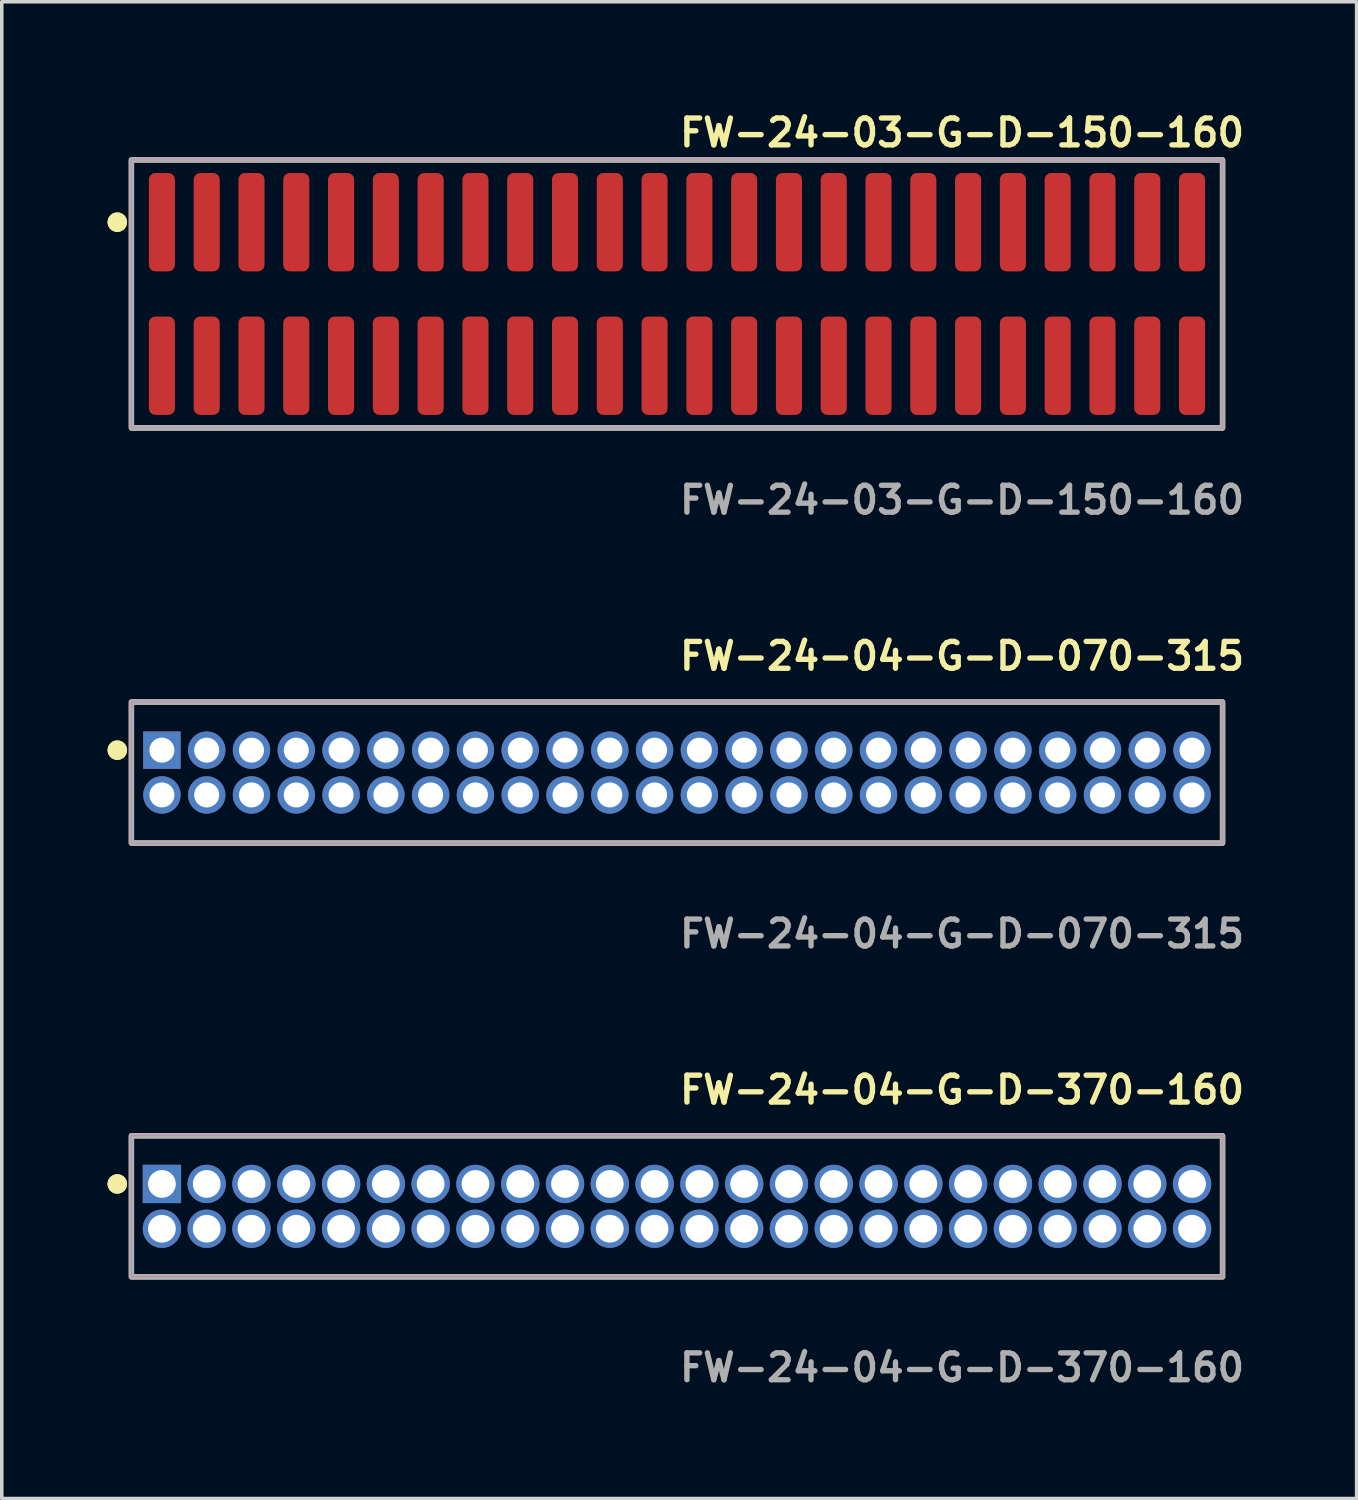
<source format=kicad_pcb>
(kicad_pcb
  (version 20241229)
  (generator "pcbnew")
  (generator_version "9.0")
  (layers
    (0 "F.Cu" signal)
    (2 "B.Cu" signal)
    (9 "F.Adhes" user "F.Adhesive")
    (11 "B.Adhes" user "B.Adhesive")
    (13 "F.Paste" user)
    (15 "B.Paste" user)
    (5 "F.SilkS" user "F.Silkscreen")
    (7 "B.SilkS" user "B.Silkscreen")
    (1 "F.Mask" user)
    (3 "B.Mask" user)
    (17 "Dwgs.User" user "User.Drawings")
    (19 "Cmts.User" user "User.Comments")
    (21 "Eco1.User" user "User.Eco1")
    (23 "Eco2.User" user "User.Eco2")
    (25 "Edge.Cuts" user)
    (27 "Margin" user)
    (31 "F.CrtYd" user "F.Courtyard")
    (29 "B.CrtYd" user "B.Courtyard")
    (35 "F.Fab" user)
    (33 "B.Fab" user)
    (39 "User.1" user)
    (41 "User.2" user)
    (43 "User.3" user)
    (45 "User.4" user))
  (footprint "FW-24-04-G-D-070-315"
    (layer "F.Cu")
    (at 16.146 18.856)
    (property "Reference" "FW-24-04-G-D-070-315" (at 0 -3.302 0) (unlocked yes) (layer "F.SilkS") (effects (font (size 0.762 0.762) (thickness 0.152)) (justify left)))
    (fp_rect (start -15.47 2) (end 15.47 -2) (stroke (width 0.152) (type solid)) (fill no) (layer "F.SilkS"))
    (fp_circle (center -15.87 -0.635) (end -16.07 -0.635) (stroke (width 0.152) (type solid)) (fill yes) (layer "F.SilkS"))
    (fp_circle (center -15.87 -0.635) (end -16.07 -0.635) (stroke (width 0.152) (type solid)) (fill yes) (layer "F.SilkS"))
    (fp_rect (start -15.47 2) (end 15.47 -2) (stroke (width 0.006) (type solid)) (fill no) (layer "F.CrtYd"))
    (fp_rect (start -15.47 2) (end 15.47 -2) (stroke (width 0.152) (type solid)) (fill no) (layer "F.Fab"))
    (fp_text user "${REFERENCE}" (at 0 4.572 0) (unlocked yes) (layer "F.Fab") (effects (font (size 0.762 0.762) (thickness 0.152)) (justify left)))
    (pad "1" thru_hole rect (at -14.605 -0.635) (size 1.06 1.06) (drill 0.71) (layers "*.Cu" "*.Mask"))
    (pad "2" thru_hole circle (at -14.605 0.635) (size 1.06 1.06) (drill 0.71) (layers "*.Cu" "*.Mask"))
    (pad "3" thru_hole circle (at -13.335 -0.635) (size 1.06 1.06) (drill 0.71) (layers "*.Cu" "*.Mask"))
    (pad "4" thru_hole circle (at -13.335 0.635) (size 1.06 1.06) (drill 0.71) (layers "*.Cu" "*.Mask"))
    (pad "5" thru_hole circle (at -12.065 -0.635) (size 1.06 1.06) (drill 0.71) (layers "*.Cu" "*.Mask"))
    (pad "6" thru_hole circle (at -12.065 0.635) (size 1.06 1.06) (drill 0.71) (layers "*.Cu" "*.Mask"))
    (pad "7" thru_hole circle (at -10.795 -0.635) (size 1.06 1.06) (drill 0.71) (layers "*.Cu" "*.Mask"))
    (pad "8" thru_hole circle (at -10.795 0.635) (size 1.06 1.06) (drill 0.71) (layers "*.Cu" "*.Mask"))
    (pad "9" thru_hole circle (at -9.525 -0.635) (size 1.06 1.06) (drill 0.71) (layers "*.Cu" "*.Mask"))
    (pad "10" thru_hole circle (at -9.525 0.635) (size 1.06 1.06) (drill 0.71) (layers "*.Cu" "*.Mask"))
    (pad "11" thru_hole circle (at -8.255 -0.635) (size 1.06 1.06) (drill 0.71) (layers "*.Cu" "*.Mask"))
    (pad "12" thru_hole circle (at -8.255 0.635) (size 1.06 1.06) (drill 0.71) (layers "*.Cu" "*.Mask"))
    (pad "13" thru_hole circle (at -6.985 -0.635) (size 1.06 1.06) (drill 0.71) (layers "*.Cu" "*.Mask"))
    (pad "14" thru_hole circle (at -6.985 0.635) (size 1.06 1.06) (drill 0.71) (layers "*.Cu" "*.Mask"))
    (pad "15" thru_hole circle (at -5.715 -0.635) (size 1.06 1.06) (drill 0.71) (layers "*.Cu" "*.Mask"))
    (pad "16" thru_hole circle (at -5.715 0.635) (size 1.06 1.06) (drill 0.71) (layers "*.Cu" "*.Mask"))
    (pad "17" thru_hole circle (at -4.445 -0.635) (size 1.06 1.06) (drill 0.71) (layers "*.Cu" "*.Mask"))
    (pad "18" thru_hole circle (at -4.445 0.635) (size 1.06 1.06) (drill 0.71) (layers "*.Cu" "*.Mask"))
    (pad "19" thru_hole circle (at -3.175 -0.635) (size 1.06 1.06) (drill 0.71) (layers "*.Cu" "*.Mask"))
    (pad "20" thru_hole circle (at -3.175 0.635) (size 1.06 1.06) (drill 0.71) (layers "*.Cu" "*.Mask"))
    (pad "21" thru_hole circle (at -1.905 -0.635) (size 1.06 1.06) (drill 0.71) (layers "*.Cu" "*.Mask"))
    (pad "22" thru_hole circle (at -1.905 0.635) (size 1.06 1.06) (drill 0.71) (layers "*.Cu" "*.Mask"))
    (pad "23" thru_hole circle (at -0.635 -0.635) (size 1.06 1.06) (drill 0.71) (layers "*.Cu" "*.Mask"))
    (pad "24" thru_hole circle (at -0.635 0.635) (size 1.06 1.06) (drill 0.71) (layers "*.Cu" "*.Mask"))
    (pad "25" thru_hole circle (at 0.635 -0.635) (size 1.06 1.06) (drill 0.71) (layers "*.Cu" "*.Mask"))
    (pad "26" thru_hole circle (at 0.635 0.635) (size 1.06 1.06) (drill 0.71) (layers "*.Cu" "*.Mask"))
    (pad "27" thru_hole circle (at 1.905 -0.635) (size 1.06 1.06) (drill 0.71) (layers "*.Cu" "*.Mask"))
    (pad "28" thru_hole circle (at 1.905 0.635) (size 1.06 1.06) (drill 0.71) (layers "*.Cu" "*.Mask"))
    (pad "29" thru_hole circle (at 3.175 -0.635) (size 1.06 1.06) (drill 0.71) (layers "*.Cu" "*.Mask"))
    (pad "30" thru_hole circle (at 3.175 0.635) (size 1.06 1.06) (drill 0.71) (layers "*.Cu" "*.Mask"))
    (pad "31" thru_hole circle (at 4.445 -0.635) (size 1.06 1.06) (drill 0.71) (layers "*.Cu" "*.Mask"))
    (pad "32" thru_hole circle (at 4.445 0.635) (size 1.06 1.06) (drill 0.71) (layers "*.Cu" "*.Mask"))
    (pad "33" thru_hole circle (at 5.715 -0.635) (size 1.06 1.06) (drill 0.71) (layers "*.Cu" "*.Mask"))
    (pad "34" thru_hole circle (at 5.715 0.635) (size 1.06 1.06) (drill 0.71) (layers "*.Cu" "*.Mask"))
    (pad "35" thru_hole circle (at 6.985 -0.635) (size 1.06 1.06) (drill 0.71) (layers "*.Cu" "*.Mask"))
    (pad "36" thru_hole circle (at 6.985 0.635) (size 1.06 1.06) (drill 0.71) (layers "*.Cu" "*.Mask"))
    (pad "37" thru_hole circle (at 8.255 -0.635) (size 1.06 1.06) (drill 0.71) (layers "*.Cu" "*.Mask"))
    (pad "38" thru_hole circle (at 8.255 0.635) (size 1.06 1.06) (drill 0.71) (layers "*.Cu" "*.Mask"))
    (pad "39" thru_hole circle (at 9.525 -0.635) (size 1.06 1.06) (drill 0.71) (layers "*.Cu" "*.Mask"))
    (pad "40" thru_hole circle (at 9.525 0.635) (size 1.06 1.06) (drill 0.71) (layers "*.Cu" "*.Mask"))
    (pad "41" thru_hole circle (at 10.795 -0.635) (size 1.06 1.06) (drill 0.71) (layers "*.Cu" "*.Mask"))
    (pad "42" thru_hole circle (at 10.795 0.635) (size 1.06 1.06) (drill 0.71) (layers "*.Cu" "*.Mask"))
    (pad "43" thru_hole circle (at 12.065 -0.635) (size 1.06 1.06) (drill 0.71) (layers "*.Cu" "*.Mask"))
    (pad "44" thru_hole circle (at 12.065 0.635) (size 1.06 1.06) (drill 0.71) (layers "*.Cu" "*.Mask"))
    (pad "45" thru_hole circle (at 13.335 -0.635) (size 1.06 1.06) (drill 0.71) (layers "*.Cu" "*.Mask"))
    (pad "46" thru_hole circle (at 13.335 0.635) (size 1.06 1.06) (drill 0.71) (layers "*.Cu" "*.Mask"))
    (pad "47" thru_hole circle (at 14.605 -0.635) (size 1.06 1.06) (drill 0.71) (layers "*.Cu" "*.Mask"))
    (pad "48" thru_hole circle (at 14.605 0.635) (size 1.06 1.06) (drill 0.71) (layers "*.Cu" "*.Mask")))
  (footprint "FW-24-03-G-D-150-160"
    (layer "F.Cu")
    (at 16.146 5.285)
    (property "Reference" "FW-24-03-G-D-150-160" (at 0 -4.572 0) (unlocked yes) (layer "F.SilkS") (effects (font (size 0.762 0.762) (thickness 0.152)) (justify left)))
    (fp_rect (start -15.47 3.8) (end 15.47 -3.8) (stroke (width 0.152) (type solid)) (fill no) (layer "F.SilkS"))
    (fp_circle (center -15.87 -2.035) (end -16.07 -2.035) (stroke (width 0.152) (type solid)) (fill yes) (layer "F.SilkS"))
    (fp_circle (center -15.87 -2.035) (end -16.07 -2.035) (stroke (width 0.152) (type solid)) (fill yes) (layer "F.SilkS"))
    (fp_rect (start -15.47 3.8) (end 15.47 -3.8) (stroke (width 0.006) (type solid)) (fill no) (layer "F.CrtYd"))
    (fp_rect (start -15.47 3.8) (end 15.47 -3.8) (stroke (width 0.152) (type solid)) (fill no) (layer "F.Fab"))
    (fp_text user "${REFERENCE}" (at 0 5.842 0) (unlocked yes) (layer "F.Fab") (effects (font (size 0.762 0.762) (thickness 0.152)) (justify left)))
    (pad "1" smd roundrect (at -14.605 -2.035) (size 0.74 2.79) (layers "F.Cu" "F.Paste") (roundrect_rratio 0.25))
    (pad "2" smd roundrect (at -14.605 2.035) (size 0.74 2.79) (layers "F.Cu" "F.Paste") (roundrect_rratio 0.25))
    (pad "3" smd roundrect (at -13.335 -2.035) (size 0.74 2.79) (layers "F.Cu" "F.Paste") (roundrect_rratio 0.25))
    (pad "4" smd roundrect (at -13.335 2.035) (size 0.74 2.79) (layers "F.Cu" "F.Paste") (roundrect_rratio 0.25))
    (pad "5" smd roundrect (at -12.065 -2.035) (size 0.74 2.79) (layers "F.Cu" "F.Paste") (roundrect_rratio 0.25))
    (pad "6" smd roundrect (at -12.065 2.035) (size 0.74 2.79) (layers "F.Cu" "F.Paste") (roundrect_rratio 0.25))
    (pad "7" smd roundrect (at -10.795 -2.035) (size 0.74 2.79) (layers "F.Cu" "F.Paste") (roundrect_rratio 0.25))
    (pad "8" smd roundrect (at -10.795 2.035) (size 0.74 2.79) (layers "F.Cu" "F.Paste") (roundrect_rratio 0.25))
    (pad "9" smd roundrect (at -9.525 -2.035) (size 0.74 2.79) (layers "F.Cu" "F.Paste") (roundrect_rratio 0.25))
    (pad "10" smd roundrect (at -9.525 2.035) (size 0.74 2.79) (layers "F.Cu" "F.Paste") (roundrect_rratio 0.25))
    (pad "11" smd roundrect (at -8.255 -2.035) (size 0.74 2.79) (layers "F.Cu" "F.Paste") (roundrect_rratio 0.25))
    (pad "12" smd roundrect (at -8.255 2.035) (size 0.74 2.79) (layers "F.Cu" "F.Paste") (roundrect_rratio 0.25))
    (pad "13" smd roundrect (at -6.985 -2.035) (size 0.74 2.79) (layers "F.Cu" "F.Paste") (roundrect_rratio 0.25))
    (pad "14" smd roundrect (at -6.985 2.035) (size 0.74 2.79) (layers "F.Cu" "F.Paste") (roundrect_rratio 0.25))
    (pad "15" smd roundrect (at -5.715 -2.035) (size 0.74 2.79) (layers "F.Cu" "F.Paste") (roundrect_rratio 0.25))
    (pad "16" smd roundrect (at -5.715 2.035) (size 0.74 2.79) (layers "F.Cu" "F.Paste") (roundrect_rratio 0.25))
    (pad "17" smd roundrect (at -4.445 -2.035) (size 0.74 2.79) (layers "F.Cu" "F.Paste") (roundrect_rratio 0.25))
    (pad "18" smd roundrect (at -4.445 2.035) (size 0.74 2.79) (layers "F.Cu" "F.Paste") (roundrect_rratio 0.25))
    (pad "19" smd roundrect (at -3.175 -2.035) (size 0.74 2.79) (layers "F.Cu" "F.Paste") (roundrect_rratio 0.25))
    (pad "20" smd roundrect (at -3.175 2.035) (size 0.74 2.79) (layers "F.Cu" "F.Paste") (roundrect_rratio 0.25))
    (pad "21" smd roundrect (at -1.905 -2.035) (size 0.74 2.79) (layers "F.Cu" "F.Paste") (roundrect_rratio 0.25))
    (pad "22" smd roundrect (at -1.905 2.035) (size 0.74 2.79) (layers "F.Cu" "F.Paste") (roundrect_rratio 0.25))
    (pad "23" smd roundrect (at -0.635 -2.035) (size 0.74 2.79) (layers "F.Cu" "F.Paste") (roundrect_rratio 0.25))
    (pad "24" smd roundrect (at -0.635 2.035) (size 0.74 2.79) (layers "F.Cu" "F.Paste") (roundrect_rratio 0.25))
    (pad "25" smd roundrect (at 0.635 -2.035) (size 0.74 2.79) (layers "F.Cu" "F.Paste") (roundrect_rratio 0.25))
    (pad "26" smd roundrect (at 0.635 2.035) (size 0.74 2.79) (layers "F.Cu" "F.Paste") (roundrect_rratio 0.25))
    (pad "27" smd roundrect (at 1.905 -2.035) (size 0.74 2.79) (layers "F.Cu" "F.Paste") (roundrect_rratio 0.25))
    (pad "28" smd roundrect (at 1.905 2.035) (size 0.74 2.79) (layers "F.Cu" "F.Paste") (roundrect_rratio 0.25))
    (pad "29" smd roundrect (at 3.175 -2.035) (size 0.74 2.79) (layers "F.Cu" "F.Paste") (roundrect_rratio 0.25))
    (pad "30" smd roundrect (at 3.175 2.035) (size 0.74 2.79) (layers "F.Cu" "F.Paste") (roundrect_rratio 0.25))
    (pad "31" smd roundrect (at 4.445 -2.035) (size 0.74 2.79) (layers "F.Cu" "F.Paste") (roundrect_rratio 0.25))
    (pad "32" smd roundrect (at 4.445 2.035) (size 0.74 2.79) (layers "F.Cu" "F.Paste") (roundrect_rratio 0.25))
    (pad "33" smd roundrect (at 5.715 -2.035) (size 0.74 2.79) (layers "F.Cu" "F.Paste") (roundrect_rratio 0.25))
    (pad "34" smd roundrect (at 5.715 2.035) (size 0.74 2.79) (layers "F.Cu" "F.Paste") (roundrect_rratio 0.25))
    (pad "35" smd roundrect (at 6.985 -2.035) (size 0.74 2.79) (layers "F.Cu" "F.Paste") (roundrect_rratio 0.25))
    (pad "36" smd roundrect (at 6.985 2.035) (size 0.74 2.79) (layers "F.Cu" "F.Paste") (roundrect_rratio 0.25))
    (pad "37" smd roundrect (at 8.255 -2.035) (size 0.74 2.79) (layers "F.Cu" "F.Paste") (roundrect_rratio 0.25))
    (pad "38" smd roundrect (at 8.255 2.035) (size 0.74 2.79) (layers "F.Cu" "F.Paste") (roundrect_rratio 0.25))
    (pad "39" smd roundrect (at 9.525 -2.035) (size 0.74 2.79) (layers "F.Cu" "F.Paste") (roundrect_rratio 0.25))
    (pad "40" smd roundrect (at 9.525 2.035) (size 0.74 2.79) (layers "F.Cu" "F.Paste") (roundrect_rratio 0.25))
    (pad "41" smd roundrect (at 10.795 -2.035) (size 0.74 2.79) (layers "F.Cu" "F.Paste") (roundrect_rratio 0.25))
    (pad "42" smd roundrect (at 10.795 2.035) (size 0.74 2.79) (layers "F.Cu" "F.Paste") (roundrect_rratio 0.25))
    (pad "43" smd roundrect (at 12.065 -2.035) (size 0.74 2.79) (layers "F.Cu" "F.Paste") (roundrect_rratio 0.25))
    (pad "44" smd roundrect (at 12.065 2.035) (size 0.74 2.79) (layers "F.Cu" "F.Paste") (roundrect_rratio 0.25))
    (pad "45" smd roundrect (at 13.335 -2.035) (size 0.74 2.79) (layers "F.Cu" "F.Paste") (roundrect_rratio 0.25))
    (pad "46" smd roundrect (at 13.335 2.035) (size 0.74 2.79) (layers "F.Cu" "F.Paste") (roundrect_rratio 0.25))
    (pad "47" smd roundrect (at 14.605 -2.035) (size 0.74 2.79) (layers "F.Cu" "F.Paste") (roundrect_rratio 0.25))
    (pad "48" smd roundrect (at 14.605 2.035) (size 0.74 2.79) (layers "F.Cu" "F.Paste") (roundrect_rratio 0.25)))
  (footprint "FW-24-04-G-D-370-160"
    (layer "F.Cu")
    (at 16.146 31.156)
    (property "Reference" "FW-24-04-G-D-370-160" (at 0 -3.302 0) (unlocked yes) (layer "F.SilkS") (effects (font (size 0.762 0.762) (thickness 0.152)) (justify left)))
    (fp_rect (start -15.47 2) (end 15.47 -2) (stroke (width 0.152) (type solid)) (fill no) (layer "F.SilkS"))
    (fp_circle (center -15.87 -0.635) (end -16.07 -0.635) (stroke (width 0.152) (type solid)) (fill yes) (layer "F.SilkS"))
    (fp_circle (center -15.87 -0.635) (end -16.07 -0.635) (stroke (width 0.152) (type solid)) (fill yes) (layer "F.SilkS"))
    (fp_rect (start -15.47 2) (end 15.47 -2) (stroke (width 0.006) (type solid)) (fill no) (layer "F.CrtYd"))
    (fp_rect (start -15.47 2) (end 15.47 -2) (stroke (width 0.152) (type solid)) (fill no) (layer "F.Fab"))
    (fp_text user "${REFERENCE}" (at 0 4.572 0) (unlocked yes) (layer "F.Fab") (effects (font (size 0.762 0.762) (thickness 0.152)) (justify left)))
    (pad "1" thru_hole rect (at -14.605 -0.635) (size 1.087 1.087) (drill 0.787) (layers "*.Cu" "*.Mask"))
    (pad "2" thru_hole circle (at -14.605 0.635) (size 1.087 1.087) (drill 0.787) (layers "*.Cu" "*.Mask"))
    (pad "3" thru_hole circle (at -13.335 -0.635) (size 1.087 1.087) (drill 0.787) (layers "*.Cu" "*.Mask"))
    (pad "4" thru_hole circle (at -13.335 0.635) (size 1.087 1.087) (drill 0.787) (layers "*.Cu" "*.Mask"))
    (pad "5" thru_hole circle (at -12.065 -0.635) (size 1.087 1.087) (drill 0.787) (layers "*.Cu" "*.Mask"))
    (pad "6" thru_hole circle (at -12.065 0.635) (size 1.087 1.087) (drill 0.787) (layers "*.Cu" "*.Mask"))
    (pad "7" thru_hole circle (at -10.795 -0.635) (size 1.087 1.087) (drill 0.787) (layers "*.Cu" "*.Mask"))
    (pad "8" thru_hole circle (at -10.795 0.635) (size 1.087 1.087) (drill 0.787) (layers "*.Cu" "*.Mask"))
    (pad "9" thru_hole circle (at -9.525 -0.635) (size 1.087 1.087) (drill 0.787) (layers "*.Cu" "*.Mask"))
    (pad "10" thru_hole circle (at -9.525 0.635) (size 1.087 1.087) (drill 0.787) (layers "*.Cu" "*.Mask"))
    (pad "11" thru_hole circle (at -8.255 -0.635) (size 1.087 1.087) (drill 0.787) (layers "*.Cu" "*.Mask"))
    (pad "12" thru_hole circle (at -8.255 0.635) (size 1.087 1.087) (drill 0.787) (layers "*.Cu" "*.Mask"))
    (pad "13" thru_hole circle (at -6.985 -0.635) (size 1.087 1.087) (drill 0.787) (layers "*.Cu" "*.Mask"))
    (pad "14" thru_hole circle (at -6.985 0.635) (size 1.087 1.087) (drill 0.787) (layers "*.Cu" "*.Mask"))
    (pad "15" thru_hole circle (at -5.715 -0.635) (size 1.087 1.087) (drill 0.787) (layers "*.Cu" "*.Mask"))
    (pad "16" thru_hole circle (at -5.715 0.635) (size 1.087 1.087) (drill 0.787) (layers "*.Cu" "*.Mask"))
    (pad "17" thru_hole circle (at -4.445 -0.635) (size 1.087 1.087) (drill 0.787) (layers "*.Cu" "*.Mask"))
    (pad "18" thru_hole circle (at -4.445 0.635) (size 1.087 1.087) (drill 0.787) (layers "*.Cu" "*.Mask"))
    (pad "19" thru_hole circle (at -3.175 -0.635) (size 1.087 1.087) (drill 0.787) (layers "*.Cu" "*.Mask"))
    (pad "20" thru_hole circle (at -3.175 0.635) (size 1.087 1.087) (drill 0.787) (layers "*.Cu" "*.Mask"))
    (pad "21" thru_hole circle (at -1.905 -0.635) (size 1.087 1.087) (drill 0.787) (layers "*.Cu" "*.Mask"))
    (pad "22" thru_hole circle (at -1.905 0.635) (size 1.087 1.087) (drill 0.787) (layers "*.Cu" "*.Mask"))
    (pad "23" thru_hole circle (at -0.635 -0.635) (size 1.087 1.087) (drill 0.787) (layers "*.Cu" "*.Mask"))
    (pad "24" thru_hole circle (at -0.635 0.635) (size 1.087 1.087) (drill 0.787) (layers "*.Cu" "*.Mask"))
    (pad "25" thru_hole circle (at 0.635 -0.635) (size 1.087 1.087) (drill 0.787) (layers "*.Cu" "*.Mask"))
    (pad "26" thru_hole circle (at 0.635 0.635) (size 1.087 1.087) (drill 0.787) (layers "*.Cu" "*.Mask"))
    (pad "27" thru_hole circle (at 1.905 -0.635) (size 1.087 1.087) (drill 0.787) (layers "*.Cu" "*.Mask"))
    (pad "28" thru_hole circle (at 1.905 0.635) (size 1.087 1.087) (drill 0.787) (layers "*.Cu" "*.Mask"))
    (pad "29" thru_hole circle (at 3.175 -0.635) (size 1.087 1.087) (drill 0.787) (layers "*.Cu" "*.Mask"))
    (pad "30" thru_hole circle (at 3.175 0.635) (size 1.087 1.087) (drill 0.787) (layers "*.Cu" "*.Mask"))
    (pad "31" thru_hole circle (at 4.445 -0.635) (size 1.087 1.087) (drill 0.787) (layers "*.Cu" "*.Mask"))
    (pad "32" thru_hole circle (at 4.445 0.635) (size 1.087 1.087) (drill 0.787) (layers "*.Cu" "*.Mask"))
    (pad "33" thru_hole circle (at 5.715 -0.635) (size 1.087 1.087) (drill 0.787) (layers "*.Cu" "*.Mask"))
    (pad "34" thru_hole circle (at 5.715 0.635) (size 1.087 1.087) (drill 0.787) (layers "*.Cu" "*.Mask"))
    (pad "35" thru_hole circle (at 6.985 -0.635) (size 1.087 1.087) (drill 0.787) (layers "*.Cu" "*.Mask"))
    (pad "36" thru_hole circle (at 6.985 0.635) (size 1.087 1.087) (drill 0.787) (layers "*.Cu" "*.Mask"))
    (pad "37" thru_hole circle (at 8.255 -0.635) (size 1.087 1.087) (drill 0.787) (layers "*.Cu" "*.Mask"))
    (pad "38" thru_hole circle (at 8.255 0.635) (size 1.087 1.087) (drill 0.787) (layers "*.Cu" "*.Mask"))
    (pad "39" thru_hole circle (at 9.525 -0.635) (size 1.087 1.087) (drill 0.787) (layers "*.Cu" "*.Mask"))
    (pad "40" thru_hole circle (at 9.525 0.635) (size 1.087 1.087) (drill 0.787) (layers "*.Cu" "*.Mask"))
    (pad "41" thru_hole circle (at 10.795 -0.635) (size 1.087 1.087) (drill 0.787) (layers "*.Cu" "*.Mask"))
    (pad "42" thru_hole circle (at 10.795 0.635) (size 1.087 1.087) (drill 0.787) (layers "*.Cu" "*.Mask"))
    (pad "43" thru_hole circle (at 12.065 -0.635) (size 1.087 1.087) (drill 0.787) (layers "*.Cu" "*.Mask"))
    (pad "44" thru_hole circle (at 12.065 0.635) (size 1.087 1.087) (drill 0.787) (layers "*.Cu" "*.Mask"))
    (pad "45" thru_hole circle (at 13.335 -0.635) (size 1.087 1.087) (drill 0.787) (layers "*.Cu" "*.Mask"))
    (pad "46" thru_hole circle (at 13.335 0.635) (size 1.087 1.087) (drill 0.787) (layers "*.Cu" "*.Mask"))
    (pad "47" thru_hole circle (at 14.605 -0.635) (size 1.087 1.087) (drill 0.787) (layers "*.Cu" "*.Mask"))
    (pad "48" thru_hole circle (at 14.605 0.635) (size 1.087 1.087) (drill 0.787) (layers "*.Cu" "*.Mask")))
  (gr_rect
    (start -3 -3)
    (end 35.417 39.441)
    (stroke (width 0.1) (type default))
    (fill no)
    (layer "Edge.Cuts")))
</source>
